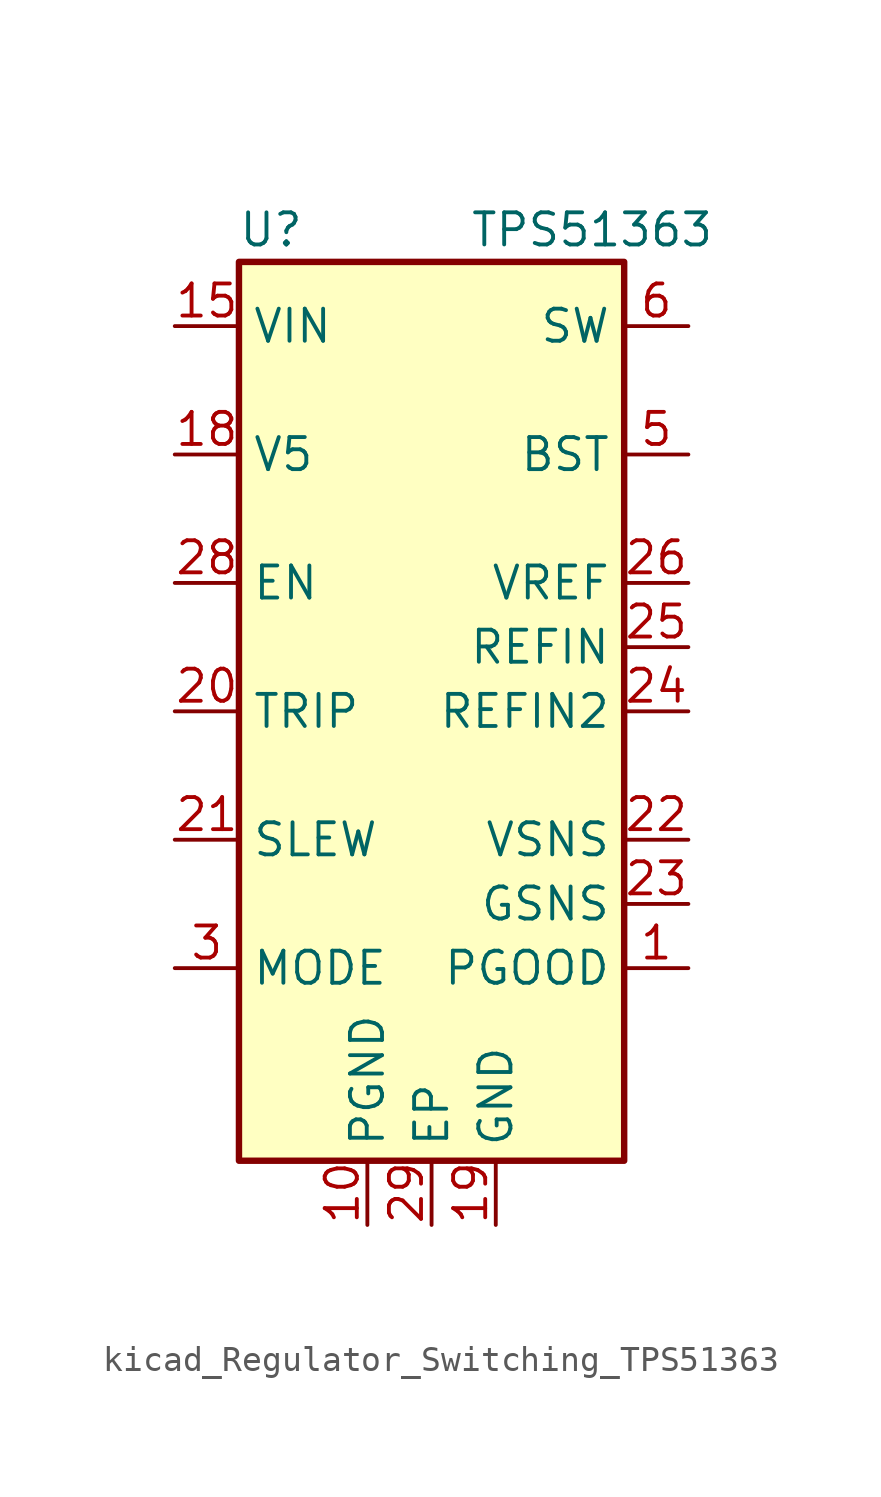
<source format=kicad_sym>
(kicad_symbol_lib
  (version 20220914)
  (generator kicad_symbol_editor)
  (symbol "kicad_Regulator_Switching_TPS51363"
    (property "Reference" "U"
      (at -6.35 19.05 0)
      (effects (font (size 1.27 1.27))))
    (property "Value" "TPS51363"
      (at 6.35 19.05 0)
      (effects (font (size 1.27 1.27))))
    (symbol "kicad_Regulator_Switching_TPS51363_0_1"
      (rectangle (start -7.62 -17.78) (end 7.62 17.78) (stroke (width 0.254) (type default)) (fill (type background)))
      (pin open_collector line (at 10.16 -10.16 180) (length 2.54) (name "PGOOD" (effects (font (size 1.27 1.27)))) (number "1" (effects (font (size 1.27 1.27)))))
      (pin power_in line (at -2.54 -20.32 90) (length 2.54) (name "PGND" (effects (font (size 1.27 1.27)))) (number "10" (effects (font (size 1.27 1.27)))))
      (pin passive line (at -2.54 -20.32 90) (length 2.54) hide (name "PGND" (effects (font (size 1.27 1.27)))) (number "11" (effects (font (size 1.27 1.27)))))
      (pin passive line (at -2.54 -20.32 90) (length 2.54) hide (name "PGND" (effects (font (size 1.27 1.27)))) (number "12" (effects (font (size 1.27 1.27)))))
      (pin passive line (at -2.54 -20.32 90) (length 2.54) hide (name "PGND" (effects (font (size 1.27 1.27)))) (number "13" (effects (font (size 1.27 1.27)))))
      (pin passive line (at -2.54 -20.32 90) (length 2.54) hide (name "PGND" (effects (font (size 1.27 1.27)))) (number "14" (effects (font (size 1.27 1.27)))))
      (pin power_in line (at -10.16 15.24 0) (length 2.54) (name "VIN" (effects (font (size 1.27 1.27)))) (number "15" (effects (font (size 1.27 1.27)))))
      (pin passive line (at -10.16 15.24 0) (length 2.54) hide (name "VIN" (effects (font (size 1.27 1.27)))) (number "16" (effects (font (size 1.27 1.27)))))
      (pin passive line (at -10.16 15.24 0) (length 2.54) hide (name "VIN" (effects (font (size 1.27 1.27)))) (number "17" (effects (font (size 1.27 1.27)))))
      (pin power_in line (at -10.16 10.16 0) (length 2.54) (name "V5" (effects (font (size 1.27 1.27)))) (number "18" (effects (font (size 1.27 1.27)))))
      (pin power_in line (at 2.54 -20.32 90) (length 2.54) (name "GND" (effects (font (size 1.27 1.27)))) (number "19" (effects (font (size 1.27 1.27)))))
      (pin no_connect line (at -7.62 7.62 0) (length 2.54) hide (name "NU" (effects (font (size 1.27 1.27)))) (number "2" (effects (font (size 1.27 1.27)))))
      (pin input line (at -10.16 0 0) (length 2.54) (name "TRIP" (effects (font (size 1.27 1.27)))) (number "20" (effects (font (size 1.27 1.27)))))
      (pin output line (at -10.16 -5.08 0) (length 2.54) (name "SLEW" (effects (font (size 1.27 1.27)))) (number "21" (effects (font (size 1.27 1.27)))))
      (pin input line (at 10.16 -5.08 180) (length 2.54) (name "VSNS" (effects (font (size 1.27 1.27)))) (number "22" (effects (font (size 1.27 1.27)))))
      (pin output line (at 10.16 -7.62 180) (length 2.54) (name "GSNS" (effects (font (size 1.27 1.27)))) (number "23" (effects (font (size 1.27 1.27)))))
      (pin input line (at 10.16 0 180) (length 2.54) (name "REFIN2" (effects (font (size 1.27 1.27)))) (number "24" (effects (font (size 1.27 1.27)))))
      (pin input line (at 10.16 2.54 180) (length 2.54) (name "REFIN" (effects (font (size 1.27 1.27)))) (number "25" (effects (font (size 1.27 1.27)))))
      (pin output line (at 10.16 5.08 180) (length 2.54) (name "VREF" (effects (font (size 1.27 1.27)))) (number "26" (effects (font (size 1.27 1.27)))))
      (pin no_connect line (at -7.62 2.54 0) (length 2.54) hide (name "NU" (effects (font (size 1.27 1.27)))) (number "27" (effects (font (size 1.27 1.27)))))
      (pin input line (at -10.16 5.08 0) (length 2.54) (name "EN" (effects (font (size 1.27 1.27)))) (number "28" (effects (font (size 1.27 1.27)))))
      (pin power_in line (at 0 -20.32 90) (length 2.54) (name "EP" (effects (font (size 1.27 1.27)))) (number "29" (effects (font (size 1.27 1.27)))))
      (pin input line (at -10.16 -10.16 0) (length 2.54) (name "MODE" (effects (font (size 1.27 1.27)))) (number "3" (effects (font (size 1.27 1.27)))))
      (pin no_connect line (at -7.62 -2.54 0) (length 2.54) hide (name "NC" (effects (font (size 1.27 1.27)))) (number "4" (effects (font (size 1.27 1.27)))))
      (pin input line (at 10.16 10.16 180) (length 2.54) (name "BST" (effects (font (size 1.27 1.27)))) (number "5" (effects (font (size 1.27 1.27)))))
      (pin power_out line (at 10.16 15.24 180) (length 2.54) (name "SW" (effects (font (size 1.27 1.27)))) (number "6" (effects (font (size 1.27 1.27)))))
      (pin passive line (at 10.16 15.24 180) (length 2.54) hide (name "SW" (effects (font (size 1.27 1.27)))) (number "7" (effects (font (size 1.27 1.27)))))
      (pin passive line (at 10.16 15.24 180) (length 2.54) hide (name "SW" (effects (font (size 1.27 1.27)))) (number "8" (effects (font (size 1.27 1.27)))))
      (pin passive line (at 10.16 15.24 180) (length 2.54) hide (name "SW" (effects (font (size 1.27 1.27)))) (number "9" (effects (font (size 1.27 1.27))))))))
</source>
